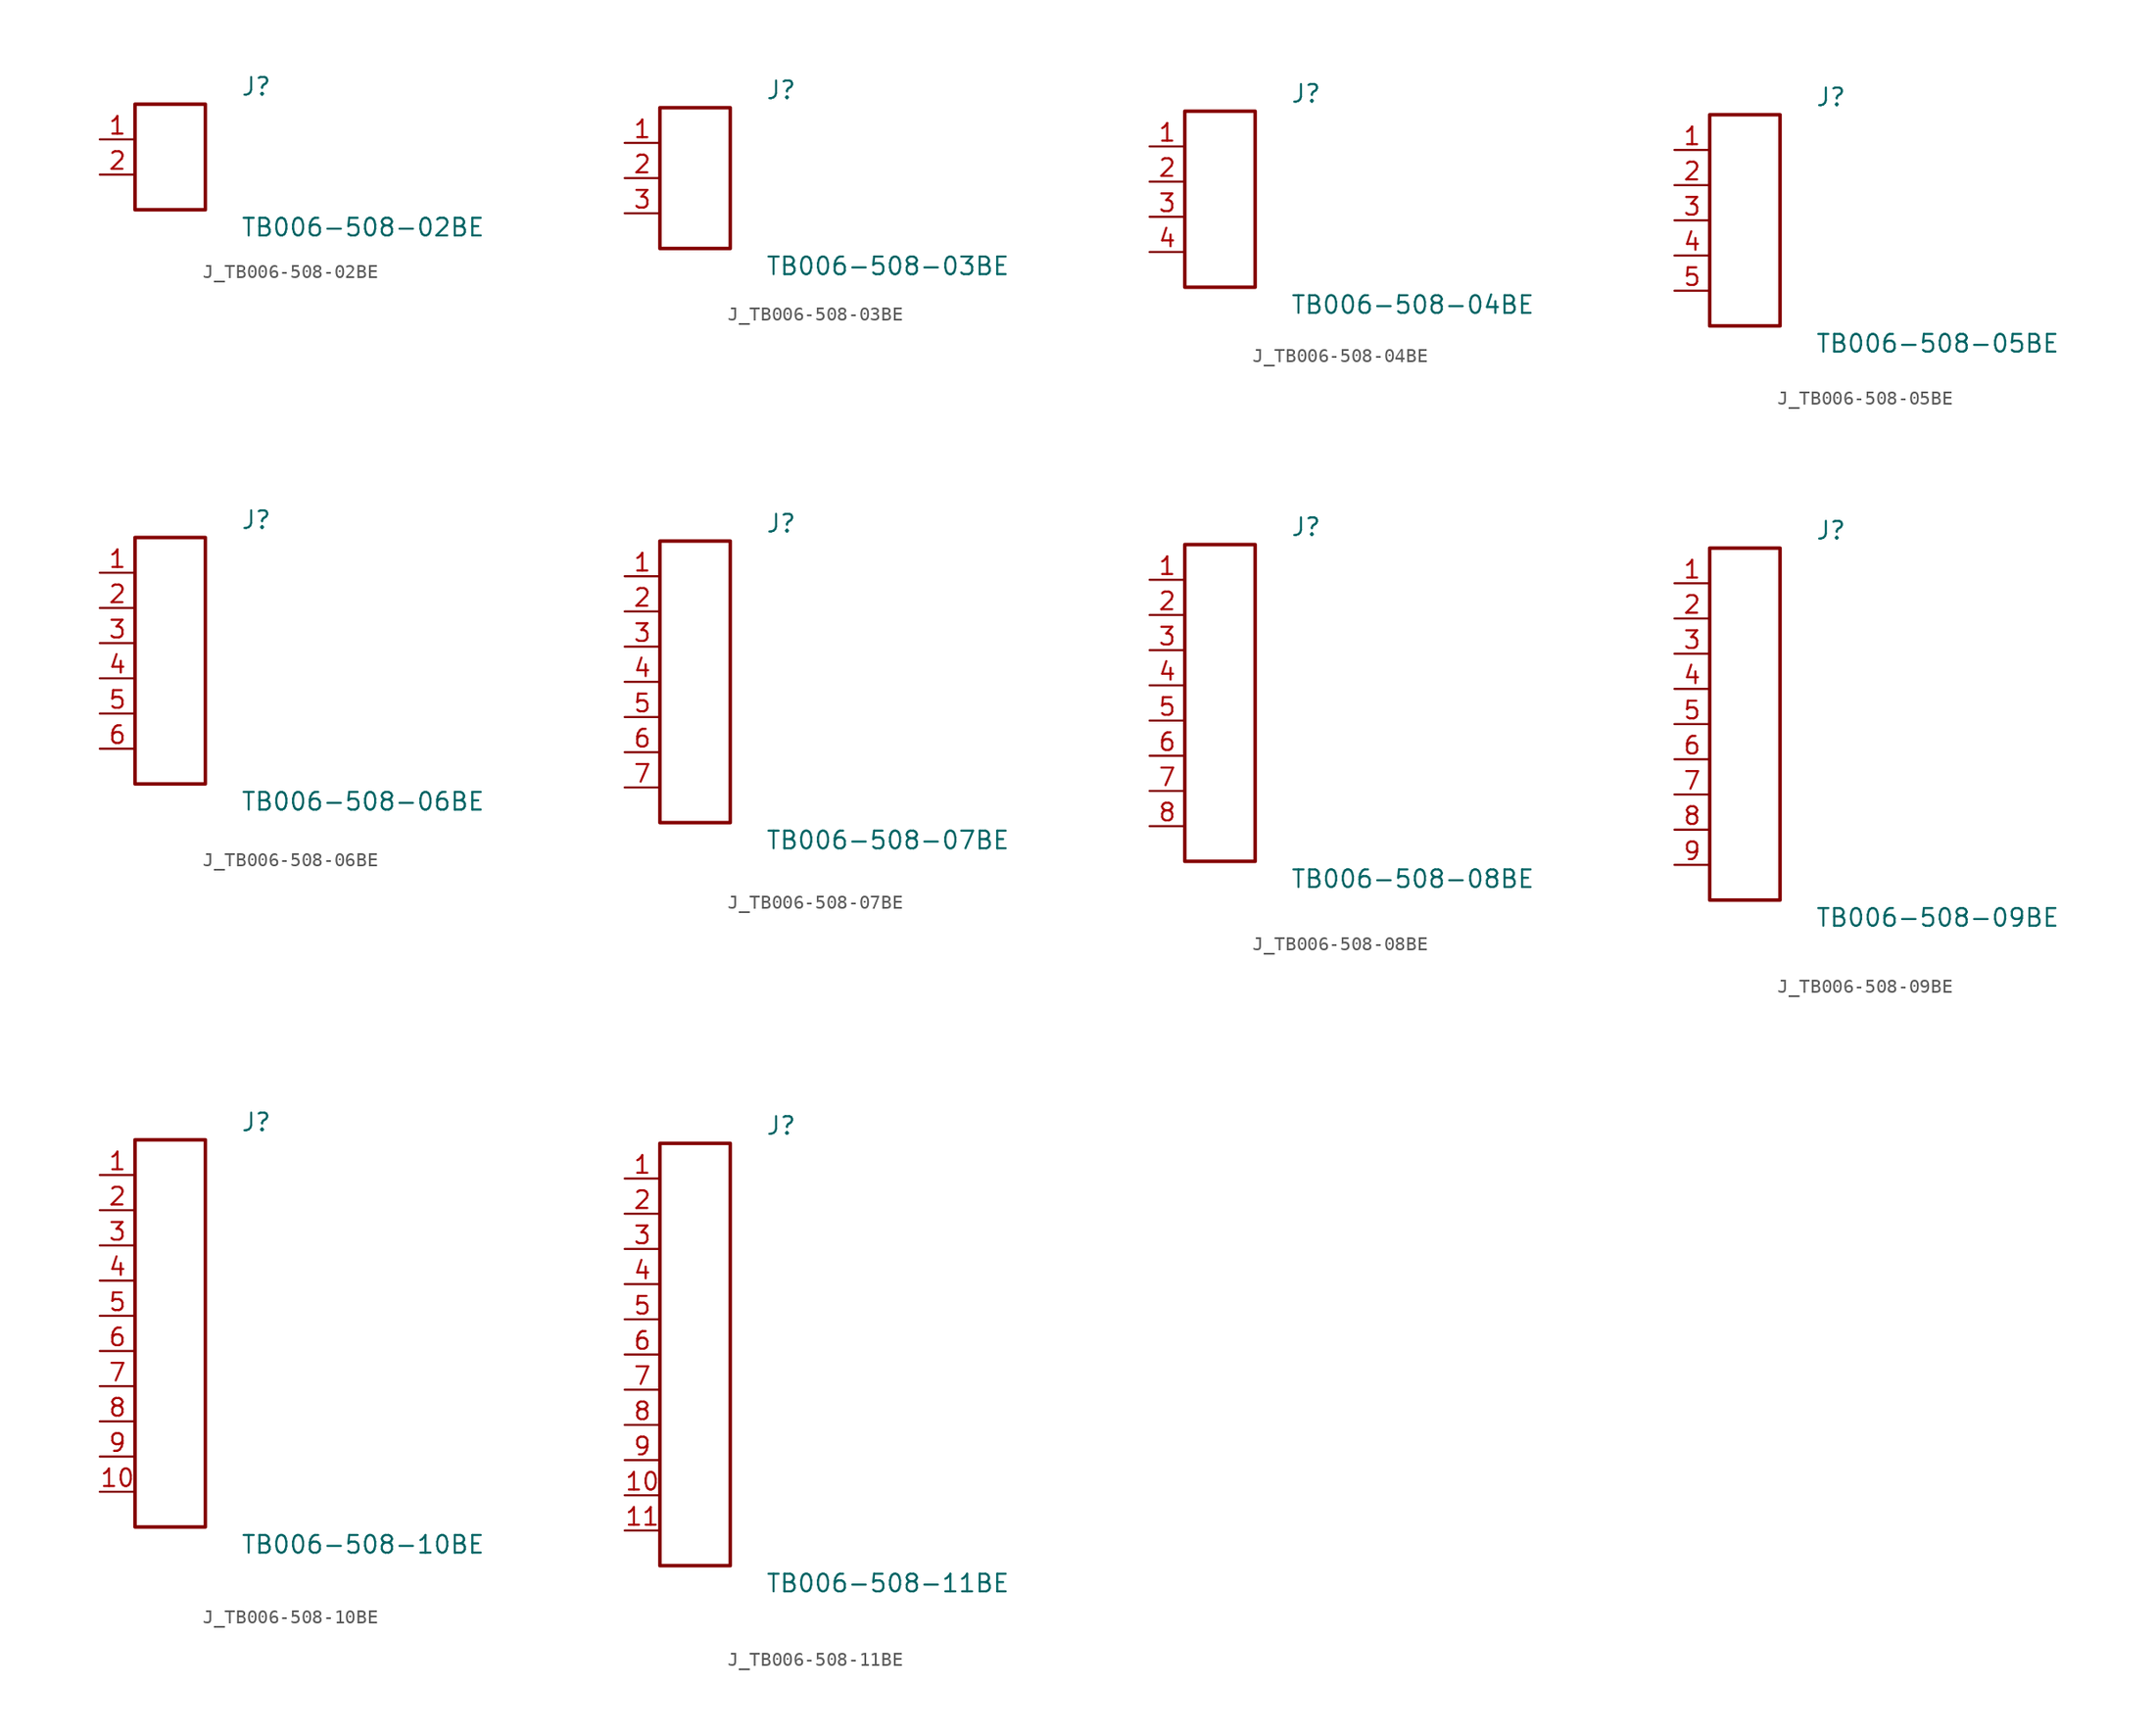
<source format=kicad_sym>
(kicad_symbol_lib
  (version 20231120)
  (generator kicad_symbol_editor)
  (generator_version 8.0)
  (symbol "J_TB006-508-02BE"
    (pin_names
      (offset 0.254))
    (property "Reference" "J"
      (at 5.08 5.08 0)
      (effects (font (size 1.27 1.27)) (justify left)))
    (property "Value" "TB006-508-02BE"
      (at 5.08 -5.08 0)
      (effects (font (size 1.27 1.27)) (justify left)))
    (symbol "J_TB006-508-02BE_0_0"
      (pin unspecified line (at -5.08 1.27 0) (length 2.54) (name "" (effects (font (size 1.27 1.27)))) (number "1" (effects (font (size 1.27 1.27)))))
      (pin unspecified line (at -5.08 -1.27 0) (length 2.54) (name "" (effects (font (size 1.27 1.27)))) (number "2" (effects (font (size 1.27 1.27))))))
    (symbol "J_TB006-508-02BE_1_0"
      (rectangle (start -2.54 3.81) (end 2.54 -3.81) (stroke (width 0.254) (type solid)) (fill (type none)))))
  (symbol "J_TB006-508-03BE"
    (pin_names
      (offset 0.254))
    (property "Reference" "J"
      (at 5.08 6.35 0)
      (effects (font (size 1.27 1.27)) (justify left)))
    (property "Value" "TB006-508-03BE"
      (at 5.08 -6.35 0)
      (effects (font (size 1.27 1.27)) (justify left)))
    (symbol "J_TB006-508-03BE_0_0"
      (pin unspecified line (at -5.08 2.54 0) (length 2.54) (name "" (effects (font (size 1.27 1.27)))) (number "1" (effects (font (size 1.27 1.27)))))
      (pin unspecified line (at -5.08 0.0 0) (length 2.54) (name "" (effects (font (size 1.27 1.27)))) (number "2" (effects (font (size 1.27 1.27)))))
      (pin unspecified line (at -5.08 -2.54 0) (length 2.54) (name "" (effects (font (size 1.27 1.27)))) (number "3" (effects (font (size 1.27 1.27))))))
    (symbol "J_TB006-508-03BE_1_0"
      (rectangle (start -2.54 5.08) (end 2.54 -5.08) (stroke (width 0.254) (type solid)) (fill (type none)))))
  (symbol "J_TB006-508-04BE"
    (pin_names
      (offset 0.254))
    (property "Reference" "J"
      (at 5.08 7.62 0)
      (effects (font (size 1.27 1.27)) (justify left)))
    (property "Value" "TB006-508-04BE"
      (at 5.08 -7.62 0)
      (effects (font (size 1.27 1.27)) (justify left)))
    (symbol "J_TB006-508-04BE_0_0"
      (pin unspecified line (at -5.08 3.81 0) (length 2.54) (name "" (effects (font (size 1.27 1.27)))) (number "1" (effects (font (size 1.27 1.27)))))
      (pin unspecified line (at -5.08 1.27 0) (length 2.54) (name "" (effects (font (size 1.27 1.27)))) (number "2" (effects (font (size 1.27 1.27)))))
      (pin unspecified line (at -5.08 -1.27 0) (length 2.54) (name "" (effects (font (size 1.27 1.27)))) (number "3" (effects (font (size 1.27 1.27)))))
      (pin unspecified line (at -5.08 -3.81 0) (length 2.54) (name "" (effects (font (size 1.27 1.27)))) (number "4" (effects (font (size 1.27 1.27))))))
    (symbol "J_TB006-508-04BE_1_0"
      (rectangle (start -2.54 6.35) (end 2.54 -6.35) (stroke (width 0.254) (type solid)) (fill (type none)))))
  (symbol "J_TB006-508-05BE"
    (pin_names
      (offset 0.254))
    (property "Reference" "J"
      (at 5.08 8.89 0)
      (effects (font (size 1.27 1.27)) (justify left)))
    (property "Value" "TB006-508-05BE"
      (at 5.08 -8.89 0)
      (effects (font (size 1.27 1.27)) (justify left)))
    (symbol "J_TB006-508-05BE_0_0"
      (pin unspecified line (at -5.08 5.08 0) (length 2.54) (name "" (effects (font (size 1.27 1.27)))) (number "1" (effects (font (size 1.27 1.27)))))
      (pin unspecified line (at -5.08 2.54 0) (length 2.54) (name "" (effects (font (size 1.27 1.27)))) (number "2" (effects (font (size 1.27 1.27)))))
      (pin unspecified line (at -5.08 0.0 0) (length 2.54) (name "" (effects (font (size 1.27 1.27)))) (number "3" (effects (font (size 1.27 1.27)))))
      (pin unspecified line (at -5.08 -2.54 0) (length 2.54) (name "" (effects (font (size 1.27 1.27)))) (number "4" (effects (font (size 1.27 1.27)))))
      (pin unspecified line (at -5.08 -5.08 0) (length 2.54) (name "" (effects (font (size 1.27 1.27)))) (number "5" (effects (font (size 1.27 1.27))))))
    (symbol "J_TB006-508-05BE_1_0"
      (rectangle (start -2.54 7.62) (end 2.54 -7.62) (stroke (width 0.254) (type solid)) (fill (type none)))))
  (symbol "J_TB006-508-06BE"
    (pin_names
      (offset 0.254))
    (property "Reference" "J"
      (at 5.08 10.16 0)
      (effects (font (size 1.27 1.27)) (justify left)))
    (property "Value" "TB006-508-06BE"
      (at 5.08 -10.16 0)
      (effects (font (size 1.27 1.27)) (justify left)))
    (symbol "J_TB006-508-06BE_0_0"
      (pin unspecified line (at -5.08 6.35 0) (length 2.54) (name "" (effects (font (size 1.27 1.27)))) (number "1" (effects (font (size 1.27 1.27)))))
      (pin unspecified line (at -5.08 3.81 0) (length 2.54) (name "" (effects (font (size 1.27 1.27)))) (number "2" (effects (font (size 1.27 1.27)))))
      (pin unspecified line (at -5.08 1.27 0) (length 2.54) (name "" (effects (font (size 1.27 1.27)))) (number "3" (effects (font (size 1.27 1.27)))))
      (pin unspecified line (at -5.08 -1.27 0) (length 2.54) (name "" (effects (font (size 1.27 1.27)))) (number "4" (effects (font (size 1.27 1.27)))))
      (pin unspecified line (at -5.08 -3.81 0) (length 2.54) (name "" (effects (font (size 1.27 1.27)))) (number "5" (effects (font (size 1.27 1.27)))))
      (pin unspecified line (at -5.08 -6.35 0) (length 2.54) (name "" (effects (font (size 1.27 1.27)))) (number "6" (effects (font (size 1.27 1.27))))))
    (symbol "J_TB006-508-06BE_1_0"
      (rectangle (start -2.54 8.89) (end 2.54 -8.89) (stroke (width 0.254) (type solid)) (fill (type none)))))
  (symbol "J_TB006-508-07BE"
    (pin_names
      (offset 0.254))
    (property "Reference" "J"
      (at 5.08 11.43 0)
      (effects (font (size 1.27 1.27)) (justify left)))
    (property "Value" "TB006-508-07BE"
      (at 5.08 -11.43 0)
      (effects (font (size 1.27 1.27)) (justify left)))
    (symbol "J_TB006-508-07BE_0_0"
      (pin unspecified line (at -5.08 7.62 0) (length 2.54) (name "" (effects (font (size 1.27 1.27)))) (number "1" (effects (font (size 1.27 1.27)))))
      (pin unspecified line (at -5.08 5.08 0) (length 2.54) (name "" (effects (font (size 1.27 1.27)))) (number "2" (effects (font (size 1.27 1.27)))))
      (pin unspecified line (at -5.08 2.54 0) (length 2.54) (name "" (effects (font (size 1.27 1.27)))) (number "3" (effects (font (size 1.27 1.27)))))
      (pin unspecified line (at -5.08 0.0 0) (length 2.54) (name "" (effects (font (size 1.27 1.27)))) (number "4" (effects (font (size 1.27 1.27)))))
      (pin unspecified line (at -5.08 -2.54 0) (length 2.54) (name "" (effects (font (size 1.27 1.27)))) (number "5" (effects (font (size 1.27 1.27)))))
      (pin unspecified line (at -5.08 -5.08 0) (length 2.54) (name "" (effects (font (size 1.27 1.27)))) (number "6" (effects (font (size 1.27 1.27)))))
      (pin unspecified line (at -5.08 -7.62 0) (length 2.54) (name "" (effects (font (size 1.27 1.27)))) (number "7" (effects (font (size 1.27 1.27))))))
    (symbol "J_TB006-508-07BE_1_0"
      (rectangle (start -2.54 10.16) (end 2.54 -10.16) (stroke (width 0.254) (type solid)) (fill (type none)))))
  (symbol "J_TB006-508-08BE"
    (pin_names
      (offset 0.254))
    (property "Reference" "J"
      (at 5.08 12.7 0)
      (effects (font (size 1.27 1.27)) (justify left)))
    (property "Value" "TB006-508-08BE"
      (at 5.08 -12.7 0)
      (effects (font (size 1.27 1.27)) (justify left)))
    (symbol "J_TB006-508-08BE_0_0"
      (pin unspecified line (at -5.08 8.89 0) (length 2.54) (name "" (effects (font (size 1.27 1.27)))) (number "1" (effects (font (size 1.27 1.27)))))
      (pin unspecified line (at -5.08 6.35 0) (length 2.54) (name "" (effects (font (size 1.27 1.27)))) (number "2" (effects (font (size 1.27 1.27)))))
      (pin unspecified line (at -5.08 3.81 0) (length 2.54) (name "" (effects (font (size 1.27 1.27)))) (number "3" (effects (font (size 1.27 1.27)))))
      (pin unspecified line (at -5.08 1.27 0) (length 2.54) (name "" (effects (font (size 1.27 1.27)))) (number "4" (effects (font (size 1.27 1.27)))))
      (pin unspecified line (at -5.08 -1.27 0) (length 2.54) (name "" (effects (font (size 1.27 1.27)))) (number "5" (effects (font (size 1.27 1.27)))))
      (pin unspecified line (at -5.08 -3.81 0) (length 2.54) (name "" (effects (font (size 1.27 1.27)))) (number "6" (effects (font (size 1.27 1.27)))))
      (pin unspecified line (at -5.08 -6.35 0) (length 2.54) (name "" (effects (font (size 1.27 1.27)))) (number "7" (effects (font (size 1.27 1.27)))))
      (pin unspecified line (at -5.08 -8.89 0) (length 2.54) (name "" (effects (font (size 1.27 1.27)))) (number "8" (effects (font (size 1.27 1.27))))))
    (symbol "J_TB006-508-08BE_1_0"
      (rectangle (start -2.54 11.43) (end 2.54 -11.43) (stroke (width 0.254) (type solid)) (fill (type none)))))
  (symbol "J_TB006-508-09BE"
    (pin_names
      (offset 0.254))
    (property "Reference" "J"
      (at 5.08 13.97 0)
      (effects (font (size 1.27 1.27)) (justify left)))
    (property "Value" "TB006-508-09BE"
      (at 5.08 -13.97 0)
      (effects (font (size 1.27 1.27)) (justify left)))
    (symbol "J_TB006-508-09BE_0_0"
      (pin unspecified line (at -5.08 10.16 0) (length 2.54) (name "" (effects (font (size 1.27 1.27)))) (number "1" (effects (font (size 1.27 1.27)))))
      (pin unspecified line (at -5.08 7.62 0) (length 2.54) (name "" (effects (font (size 1.27 1.27)))) (number "2" (effects (font (size 1.27 1.27)))))
      (pin unspecified line (at -5.08 5.08 0) (length 2.54) (name "" (effects (font (size 1.27 1.27)))) (number "3" (effects (font (size 1.27 1.27)))))
      (pin unspecified line (at -5.08 2.54 0) (length 2.54) (name "" (effects (font (size 1.27 1.27)))) (number "4" (effects (font (size 1.27 1.27)))))
      (pin unspecified line (at -5.08 0.0 0) (length 2.54) (name "" (effects (font (size 1.27 1.27)))) (number "5" (effects (font (size 1.27 1.27)))))
      (pin unspecified line (at -5.08 -2.54 0) (length 2.54) (name "" (effects (font (size 1.27 1.27)))) (number "6" (effects (font (size 1.27 1.27)))))
      (pin unspecified line (at -5.08 -5.08 0) (length 2.54) (name "" (effects (font (size 1.27 1.27)))) (number "7" (effects (font (size 1.27 1.27)))))
      (pin unspecified line (at -5.08 -7.62 0) (length 2.54) (name "" (effects (font (size 1.27 1.27)))) (number "8" (effects (font (size 1.27 1.27)))))
      (pin unspecified line (at -5.08 -10.16 0) (length 2.54) (name "" (effects (font (size 1.27 1.27)))) (number "9" (effects (font (size 1.27 1.27))))))
    (symbol "J_TB006-508-09BE_1_0"
      (rectangle (start -2.54 12.7) (end 2.54 -12.7) (stroke (width 0.254) (type solid)) (fill (type none)))))
  (symbol "J_TB006-508-10BE"
    (pin_names
      (offset 0.254))
    (property "Reference" "J"
      (at 5.08 15.24 0)
      (effects (font (size 1.27 1.27)) (justify left)))
    (property "Value" "TB006-508-10BE"
      (at 5.08 -15.24 0)
      (effects (font (size 1.27 1.27)) (justify left)))
    (symbol "J_TB006-508-10BE_0_0"
      (pin unspecified line (at -5.08 11.43 0) (length 2.54) (name "" (effects (font (size 1.27 1.27)))) (number "1" (effects (font (size 1.27 1.27)))))
      (pin unspecified line (at -5.08 8.89 0) (length 2.54) (name "" (effects (font (size 1.27 1.27)))) (number "2" (effects (font (size 1.27 1.27)))))
      (pin unspecified line (at -5.08 6.35 0) (length 2.54) (name "" (effects (font (size 1.27 1.27)))) (number "3" (effects (font (size 1.27 1.27)))))
      (pin unspecified line (at -5.08 3.81 0) (length 2.54) (name "" (effects (font (size 1.27 1.27)))) (number "4" (effects (font (size 1.27 1.27)))))
      (pin unspecified line (at -5.08 1.27 0) (length 2.54) (name "" (effects (font (size 1.27 1.27)))) (number "5" (effects (font (size 1.27 1.27)))))
      (pin unspecified line (at -5.08 -1.27 0) (length 2.54) (name "" (effects (font (size 1.27 1.27)))) (number "6" (effects (font (size 1.27 1.27)))))
      (pin unspecified line (at -5.08 -3.81 0) (length 2.54) (name "" (effects (font (size 1.27 1.27)))) (number "7" (effects (font (size 1.27 1.27)))))
      (pin unspecified line (at -5.08 -6.35 0) (length 2.54) (name "" (effects (font (size 1.27 1.27)))) (number "8" (effects (font (size 1.27 1.27)))))
      (pin unspecified line (at -5.08 -8.89 0) (length 2.54) (name "" (effects (font (size 1.27 1.27)))) (number "9" (effects (font (size 1.27 1.27)))))
      (pin unspecified line (at -5.08 -11.43 0) (length 2.54) (name "" (effects (font (size 1.27 1.27)))) (number "10" (effects (font (size 1.27 1.27))))))
    (symbol "J_TB006-508-10BE_1_0"
      (rectangle (start -2.54 13.97) (end 2.54 -13.97) (stroke (width 0.254) (type solid)) (fill (type none)))))
  (symbol "J_TB006-508-11BE"
    (pin_names
      (offset 0.254))
    (property "Reference" "J"
      (at 5.08 16.51 0)
      (effects (font (size 1.27 1.27)) (justify left)))
    (property "Value" "TB006-508-11BE"
      (at 5.08 -16.51 0)
      (effects (font (size 1.27 1.27)) (justify left)))
    (symbol "J_TB006-508-11BE_0_0"
      (pin unspecified line (at -5.08 12.7 0) (length 2.54) (name "" (effects (font (size 1.27 1.27)))) (number "1" (effects (font (size 1.27 1.27)))))
      (pin unspecified line (at -5.08 10.16 0) (length 2.54) (name "" (effects (font (size 1.27 1.27)))) (number "2" (effects (font (size 1.27 1.27)))))
      (pin unspecified line (at -5.08 7.62 0) (length 2.54) (name "" (effects (font (size 1.27 1.27)))) (number "3" (effects (font (size 1.27 1.27)))))
      (pin unspecified line (at -5.08 5.08 0) (length 2.54) (name "" (effects (font (size 1.27 1.27)))) (number "4" (effects (font (size 1.27 1.27)))))
      (pin unspecified line (at -5.08 2.54 0) (length 2.54) (name "" (effects (font (size 1.27 1.27)))) (number "5" (effects (font (size 1.27 1.27)))))
      (pin unspecified line (at -5.08 0.0 0) (length 2.54) (name "" (effects (font (size 1.27 1.27)))) (number "6" (effects (font (size 1.27 1.27)))))
      (pin unspecified line (at -5.08 -2.54 0) (length 2.54) (name "" (effects (font (size 1.27 1.27)))) (number "7" (effects (font (size 1.27 1.27)))))
      (pin unspecified line (at -5.08 -5.08 0) (length 2.54) (name "" (effects (font (size 1.27 1.27)))) (number "8" (effects (font (size 1.27 1.27)))))
      (pin unspecified line (at -5.08 -7.62 0) (length 2.54) (name "" (effects (font (size 1.27 1.27)))) (number "9" (effects (font (size 1.27 1.27)))))
      (pin unspecified line (at -5.08 -10.16 0) (length 2.54) (name "" (effects (font (size 1.27 1.27)))) (number "10" (effects (font (size 1.27 1.27)))))
      (pin unspecified line (at -5.08 -12.7 0) (length 2.54) (name "" (effects (font (size 1.27 1.27)))) (number "11" (effects (font (size 1.27 1.27))))))
    (symbol "J_TB006-508-11BE_1_0"
      (rectangle (start -2.54 15.24) (end 2.54 -15.24) (stroke (width 0.254) (type solid)) (fill (type none))))))
</source>
